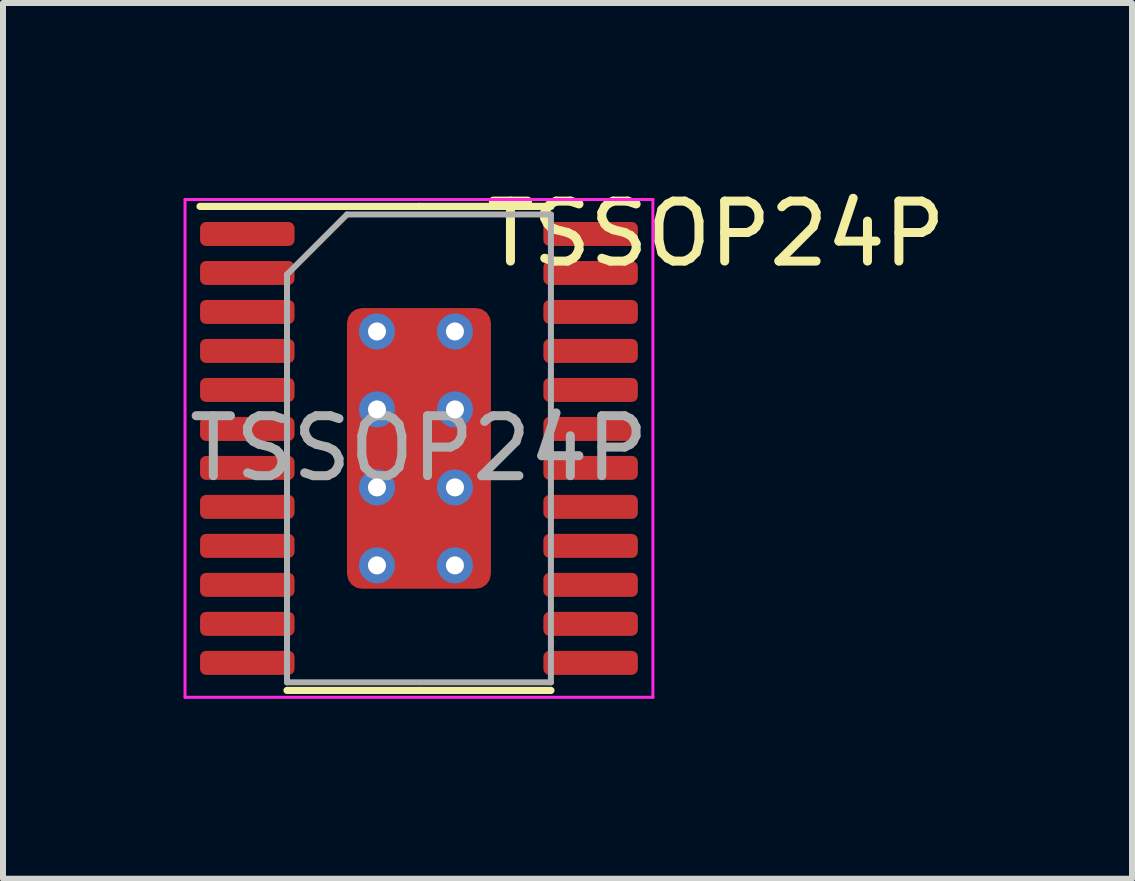
<source format=kicad_pcb>
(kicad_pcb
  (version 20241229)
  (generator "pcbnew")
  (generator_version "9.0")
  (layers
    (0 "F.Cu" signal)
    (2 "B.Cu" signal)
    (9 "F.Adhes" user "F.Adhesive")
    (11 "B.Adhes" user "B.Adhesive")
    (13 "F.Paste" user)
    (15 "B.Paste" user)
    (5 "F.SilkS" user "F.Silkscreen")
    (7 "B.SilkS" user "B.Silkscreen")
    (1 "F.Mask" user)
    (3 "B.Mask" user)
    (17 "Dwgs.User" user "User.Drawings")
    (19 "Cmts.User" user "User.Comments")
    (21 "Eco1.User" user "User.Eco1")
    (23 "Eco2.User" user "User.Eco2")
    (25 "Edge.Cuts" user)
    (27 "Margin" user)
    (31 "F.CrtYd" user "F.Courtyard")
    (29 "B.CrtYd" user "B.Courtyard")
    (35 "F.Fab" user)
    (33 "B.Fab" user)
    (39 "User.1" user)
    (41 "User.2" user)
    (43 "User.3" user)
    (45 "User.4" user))
  (footprint "TSSOP24P"
    (layer "F.Cu")
    (at 3.935 4.426)
    (property "Reference" "TSSOP24P" (at 4.954 -3.578 0) (layer "F.SilkS") (effects (font (size 1 1) (thickness 0.15))))
    (attr smd)
    (fp_line (start 0 -4.035) (end -3.65 -4.035) (stroke (width 0.12) (type solid)) (layer "F.SilkS"))
    (fp_line (start 0 -4.035) (end 2.2 -4.035) (stroke (width 0.12) (type solid)) (layer "F.SilkS"))
    (fp_line (start 0 4.035) (end -2.2 4.035) (stroke (width 0.12) (type solid)) (layer "F.SilkS"))
    (fp_line (start 0 4.035) (end 2.2 4.035) (stroke (width 0.12) (type solid)) (layer "F.SilkS"))
    (fp_line (start -3.9 -4.15) (end -3.9 4.15) (stroke (width 0.05) (type solid)) (layer "F.CrtYd"))
    (fp_line (start -3.9 4.15) (end 3.9 4.15) (stroke (width 0.05) (type solid)) (layer "F.CrtYd"))
    (fp_line (start 3.9 -4.15) (end -3.9 -4.15) (stroke (width 0.05) (type solid)) (layer "F.CrtYd"))
    (fp_line (start 3.9 4.15) (end 3.9 -4.15) (stroke (width 0.05) (type solid)) (layer "F.CrtYd"))
    (fp_line (start -2.2 -2.9) (end -1.2 -3.9) (stroke (width 0.1) (type solid)) (layer "F.Fab"))
    (fp_line (start -2.2 3.9) (end -2.2 -2.9) (stroke (width 0.1) (type solid)) (layer "F.Fab"))
    (fp_line (start -1.2 -3.9) (end 2.2 -3.9) (stroke (width 0.1) (type solid)) (layer "F.Fab"))
    (fp_line (start 2.2 -3.9) (end 2.2 3.9) (stroke (width 0.1) (type solid)) (layer "F.Fab"))
    (fp_line (start 2.2 3.9) (end -2.2 3.9) (stroke (width 0.1) (type solid)) (layer "F.Fab"))
    (fp_text user "${REFERENCE}" (at 0 0 0) (layer "F.Fab") (effects (font (size 1 1) (thickness 0.15))))
    (pad "" smd roundrect (at 0 -1.17) (size 1.93 1.89) (layers "F.Paste") (roundrect_rratio 0.132))
    (pad "" smd roundrect (at 0 0) (size 3.4 7.8) (layers "F.Mask") (roundrect_rratio 0.074))
    (pad "" smd roundrect (at 0 1.17) (size 1.93 1.89) (layers "F.Paste") (roundrect_rratio 0.132))
    (pad "1" smd roundrect (at -2.862 -3.575) (size 1.575 0.4) (layers "F.Cu" "F.Mask" "F.Paste") (roundrect_rratio 0.25))
    (pad "2" smd roundrect (at -2.862 -2.925) (size 1.575 0.4) (layers "F.Cu" "F.Mask" "F.Paste") (roundrect_rratio 0.25))
    (pad "3" smd roundrect (at -2.862 -2.275) (size 1.575 0.4) (layers "F.Cu" "F.Mask" "F.Paste") (roundrect_rratio 0.25))
    (pad "4" smd roundrect (at -2.862 -1.625) (size 1.575 0.4) (layers "F.Cu" "F.Mask" "F.Paste") (roundrect_rratio 0.25))
    (pad "5" smd roundrect (at -2.862 -0.975) (size 1.575 0.4) (layers "F.Cu" "F.Mask" "F.Paste") (roundrect_rratio 0.25))
    (pad "6" smd roundrect (at -2.862 -0.325) (size 1.575 0.4) (layers "F.Cu" "F.Mask" "F.Paste") (roundrect_rratio 0.25))
    (pad "7" smd roundrect (at -2.862 0.325) (size 1.575 0.4) (layers "F.Cu" "F.Mask" "F.Paste") (roundrect_rratio 0.25))
    (pad "8" smd roundrect (at -2.862 0.975) (size 1.575 0.4) (layers "F.Cu" "F.Mask" "F.Paste") (roundrect_rratio 0.25))
    (pad "9" smd roundrect (at -2.862 1.625) (size 1.575 0.4) (layers "F.Cu" "F.Mask" "F.Paste") (roundrect_rratio 0.25))
    (pad "10" smd roundrect (at -2.862 2.275) (size 1.575 0.4) (layers "F.Cu" "F.Mask" "F.Paste") (roundrect_rratio 0.25))
    (pad "11" smd roundrect (at -2.862 2.925) (size 1.575 0.4) (layers "F.Cu" "F.Mask" "F.Paste") (roundrect_rratio 0.25))
    (pad "12" smd roundrect (at -2.862 3.575) (size 1.575 0.4) (layers "F.Cu" "F.Mask" "F.Paste") (roundrect_rratio 0.25))
    (pad "13" smd roundrect (at 2.862 3.575) (size 1.575 0.4) (layers "F.Cu" "F.Mask" "F.Paste") (roundrect_rratio 0.25))
    (pad "14" smd roundrect (at 2.862 2.925) (size 1.575 0.4) (layers "F.Cu" "F.Mask" "F.Paste") (roundrect_rratio 0.25))
    (pad "15" smd roundrect (at 2.862 2.275) (size 1.575 0.4) (layers "F.Cu" "F.Mask" "F.Paste") (roundrect_rratio 0.25))
    (pad "16" smd roundrect (at 2.862 1.625) (size 1.575 0.4) (layers "F.Cu" "F.Mask" "F.Paste") (roundrect_rratio 0.25))
    (pad "17" smd roundrect (at 2.862 0.975) (size 1.575 0.4) (layers "F.Cu" "F.Mask" "F.Paste") (roundrect_rratio 0.25))
    (pad "18" smd roundrect (at 2.862 0.325) (size 1.575 0.4) (layers "F.Cu" "F.Mask" "F.Paste") (roundrect_rratio 0.25))
    (pad "19" smd roundrect (at 2.862 -0.325) (size 1.575 0.4) (layers "F.Cu" "F.Mask" "F.Paste") (roundrect_rratio 0.25))
    (pad "20" smd roundrect (at 2.862 -0.975) (size 1.575 0.4) (layers "F.Cu" "F.Mask" "F.Paste") (roundrect_rratio 0.25))
    (pad "21" smd roundrect (at 2.862 -1.625) (size 1.575 0.4) (layers "F.Cu" "F.Mask" "F.Paste") (roundrect_rratio 0.25))
    (pad "22" smd roundrect (at 2.862 -2.275) (size 1.575 0.4) (layers "F.Cu" "F.Mask" "F.Paste") (roundrect_rratio 0.25))
    (pad "23" smd roundrect (at 2.862 -2.925) (size 1.575 0.4) (layers "F.Cu" "F.Mask" "F.Paste") (roundrect_rratio 0.25))
    (pad "24" smd roundrect (at 2.862 -3.575) (size 1.575 0.4) (layers "F.Cu" "F.Mask" "F.Paste") (roundrect_rratio 0.25))
    (pad "25" thru_hole circle (at -0.7 -1.95) (size 0.6 0.6) (drill 0.3) (layers "*.Cu"))
    (pad "25" thru_hole circle (at -0.7 -0.65) (size 0.6 0.6) (drill 0.3) (layers "*.Cu"))
    (pad "25" thru_hole circle (at -0.7 0.65) (size 0.6 0.6) (drill 0.3) (layers "*.Cu"))
    (pad "25" thru_hole circle (at -0.7 1.95) (size 0.6 0.6) (drill 0.3) (layers "*.Cu"))
    (pad "25" smd roundrect (at 0 0) (size 2.4 4.68) (layers "F.Cu") (roundrect_rratio 0.104))
    (pad "25" thru_hole circle (at 0.6 -1.95) (size 0.6 0.6) (drill 0.3) (layers "*.Cu"))
    (pad "25" thru_hole circle (at 0.6 -0.65) (size 0.6 0.6) (drill 0.3) (layers "*.Cu"))
    (pad "25" thru_hole circle (at 0.6 0.65) (size 0.6 0.6) (drill 0.3) (layers "*.Cu"))
    (pad "25" thru_hole circle (at 0.6 1.95) (size 0.6 0.6) (drill 0.3) (layers "*.Cu")))
  (gr_rect
    (start -3 -3)
    (end 15.823 11.601)
    (stroke (width 0.1) (type default))
    (fill no)
    (layer "Edge.Cuts")))
</source>
